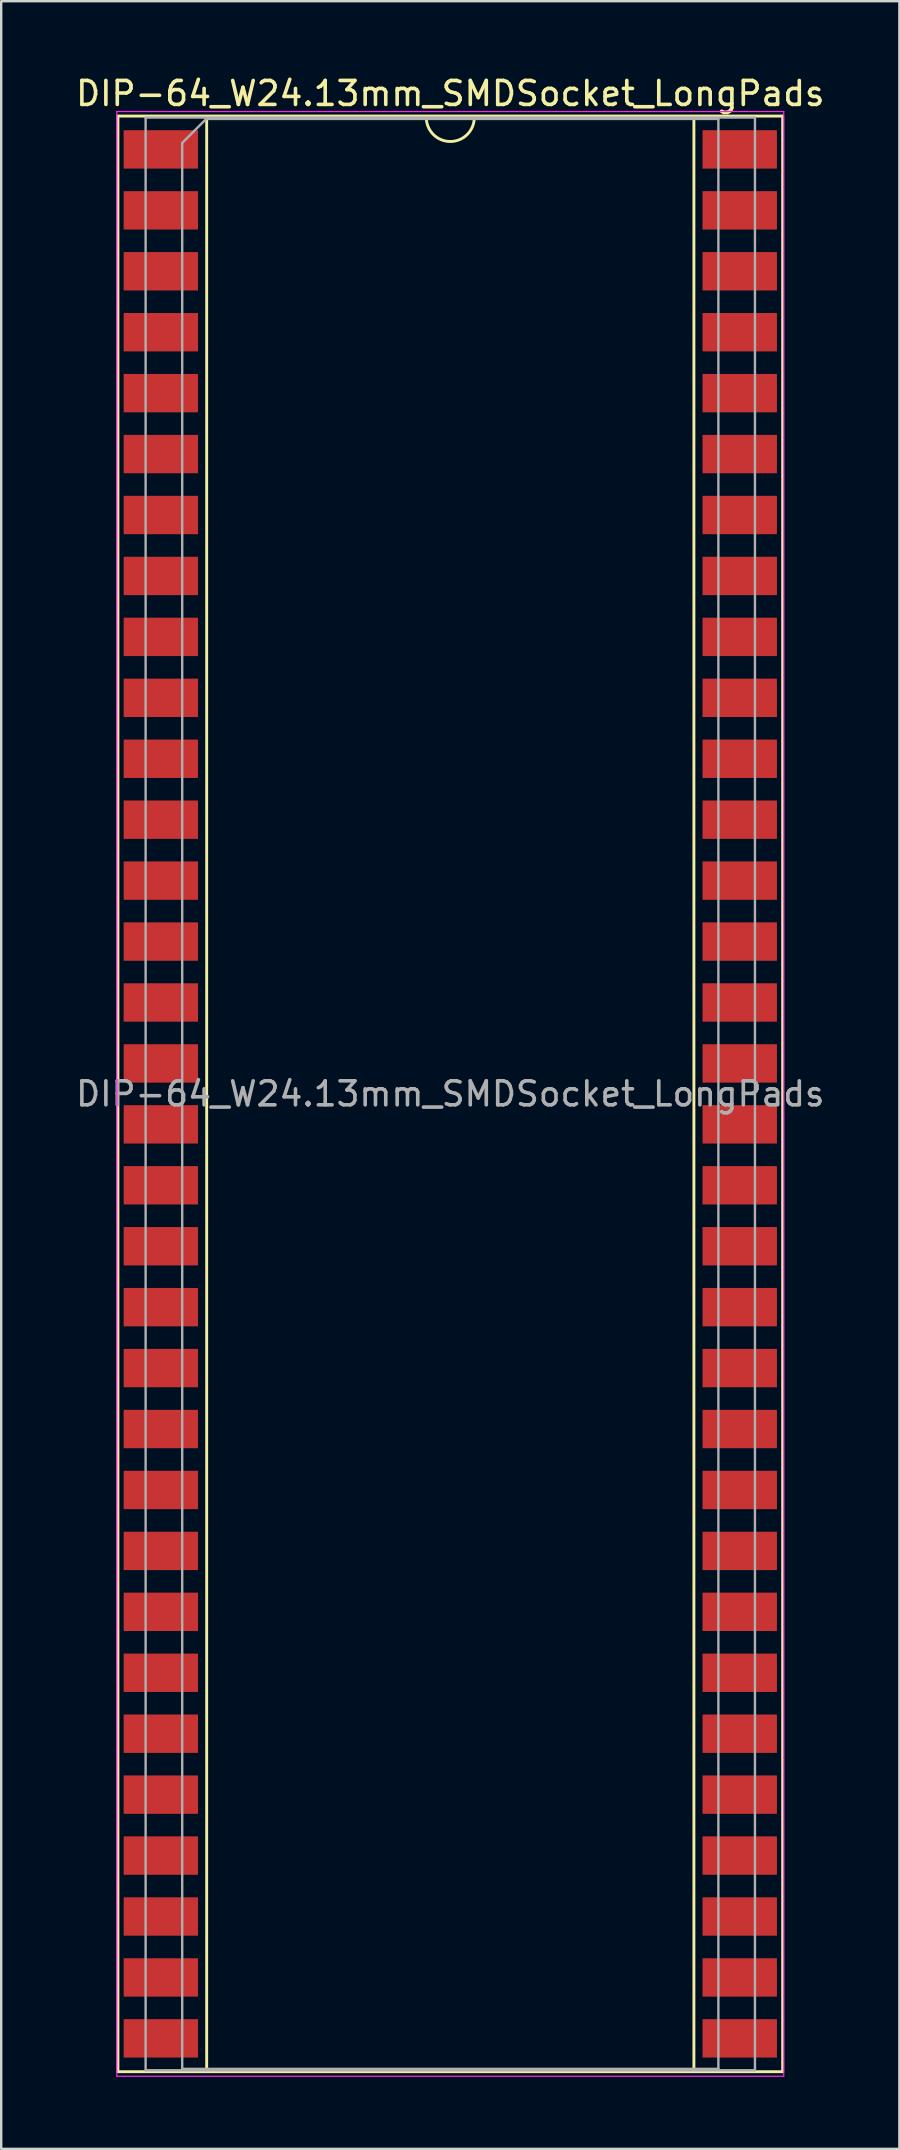
<source format=kicad_pcb>
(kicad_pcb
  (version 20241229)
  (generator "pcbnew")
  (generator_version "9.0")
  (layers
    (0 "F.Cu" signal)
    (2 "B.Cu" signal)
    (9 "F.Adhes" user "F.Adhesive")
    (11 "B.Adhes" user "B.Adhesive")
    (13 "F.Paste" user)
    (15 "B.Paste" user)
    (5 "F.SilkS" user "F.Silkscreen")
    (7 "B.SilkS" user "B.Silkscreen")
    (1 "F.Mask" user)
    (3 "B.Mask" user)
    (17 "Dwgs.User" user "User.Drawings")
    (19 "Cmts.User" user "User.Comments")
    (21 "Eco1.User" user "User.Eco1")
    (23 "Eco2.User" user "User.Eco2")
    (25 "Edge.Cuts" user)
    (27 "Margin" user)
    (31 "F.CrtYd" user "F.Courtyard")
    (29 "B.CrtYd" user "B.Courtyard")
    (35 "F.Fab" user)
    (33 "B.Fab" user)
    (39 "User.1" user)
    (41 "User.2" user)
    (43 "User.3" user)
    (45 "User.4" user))
  (footprint "DIP-64_W24.13mm_SMDSocket_LongPads"
    (layer "F.Cu")
    (at 15.72 42.548)
    (property "Reference" "DIP-64_W24.13mm_SMDSocket_LongPads" (at 0 -41.7 0) (layer "F.SilkS") (effects (font (size 1 1) (thickness 0.15))))
    (attr smd)
    (fp_line (start -13.855 -40.76) (end -13.855 40.76) (stroke (width 0.12) (type solid)) (layer "F.SilkS"))
    (fp_line (start -13.855 40.76) (end 13.855 40.76) (stroke (width 0.12) (type solid)) (layer "F.SilkS"))
    (fp_line (start -10.155 -40.7) (end -10.155 40.7) (stroke (width 0.12) (type solid)) (layer "F.SilkS"))
    (fp_line (start -10.155 40.7) (end 10.155 40.7) (stroke (width 0.12) (type solid)) (layer "F.SilkS"))
    (fp_line (start -1 -40.7) (end -10.155 -40.7) (stroke (width 0.12) (type solid)) (layer "F.SilkS"))
    (fp_line (start 10.155 -40.7) (end 1 -40.7) (stroke (width 0.12) (type solid)) (layer "F.SilkS"))
    (fp_line (start 10.155 40.7) (end 10.155 -40.7) (stroke (width 0.12) (type solid)) (layer "F.SilkS"))
    (fp_line (start 13.855 -40.76) (end -13.855 -40.76) (stroke (width 0.12) (type solid)) (layer "F.SilkS"))
    (fp_line (start 13.855 40.76) (end 13.855 -40.76) (stroke (width 0.12) (type solid)) (layer "F.SilkS"))
    (fp_arc (start 1 -40.7) (mid 0 -39.7) (end -1 -40.7) (stroke (width 0.12) (type solid)) (layer "F.SilkS"))
    (fp_line (start -13.9 -40.95) (end -13.9 40.95) (stroke (width 0.05) (type solid)) (layer "F.CrtYd"))
    (fp_line (start -13.9 40.95) (end 13.9 40.95) (stroke (width 0.05) (type solid)) (layer "F.CrtYd"))
    (fp_line (start 13.9 -40.95) (end -13.9 -40.95) (stroke (width 0.05) (type solid)) (layer "F.CrtYd"))
    (fp_line (start 13.9 40.95) (end 13.9 -40.95) (stroke (width 0.05) (type solid)) (layer "F.CrtYd"))
    (fp_line (start -12.7 -40.7) (end -12.7 40.7) (stroke (width 0.1) (type solid)) (layer "F.Fab"))
    (fp_line (start -12.7 40.7) (end 12.7 40.7) (stroke (width 0.1) (type solid)) (layer "F.Fab"))
    (fp_line (start -11.175 -39.64) (end -10.175 -40.64) (stroke (width 0.1) (type solid)) (layer "F.Fab"))
    (fp_line (start -11.175 40.64) (end -11.175 -39.64) (stroke (width 0.1) (type solid)) (layer "F.Fab"))
    (fp_line (start -10.175 -40.64) (end 11.175 -40.64) (stroke (width 0.1) (type solid)) (layer "F.Fab"))
    (fp_line (start 11.175 -40.64) (end 11.175 40.64) (stroke (width 0.1) (type solid)) (layer "F.Fab"))
    (fp_line (start 11.175 40.64) (end -11.175 40.64) (stroke (width 0.1) (type solid)) (layer "F.Fab"))
    (fp_line (start 12.7 -40.7) (end -12.7 -40.7) (stroke (width 0.1) (type solid)) (layer "F.Fab"))
    (fp_line (start 12.7 40.7) (end 12.7 -40.7) (stroke (width 0.1) (type solid)) (layer "F.Fab"))
    (fp_text user "${REFERENCE}" (at 0 0 0) (layer "F.Fab") (effects (font (size 1 1) (thickness 0.15))))
    (pad "1" smd rect (at -12.065 -39.37) (size 3.1 1.6) (layers "F.Cu" "F.Mask" "F.Paste"))
    (pad "2" smd rect (at -12.065 -36.83) (size 3.1 1.6) (layers "F.Cu" "F.Mask" "F.Paste"))
    (pad "3" smd rect (at -12.065 -34.29) (size 3.1 1.6) (layers "F.Cu" "F.Mask" "F.Paste"))
    (pad "4" smd rect (at -12.065 -31.75) (size 3.1 1.6) (layers "F.Cu" "F.Mask" "F.Paste"))
    (pad "5" smd rect (at -12.065 -29.21) (size 3.1 1.6) (layers "F.Cu" "F.Mask" "F.Paste"))
    (pad "6" smd rect (at -12.065 -26.67) (size 3.1 1.6) (layers "F.Cu" "F.Mask" "F.Paste"))
    (pad "7" smd rect (at -12.065 -24.13) (size 3.1 1.6) (layers "F.Cu" "F.Mask" "F.Paste"))
    (pad "8" smd rect (at -12.065 -21.59) (size 3.1 1.6) (layers "F.Cu" "F.Mask" "F.Paste"))
    (pad "9" smd rect (at -12.065 -19.05) (size 3.1 1.6) (layers "F.Cu" "F.Mask" "F.Paste"))
    (pad "10" smd rect (at -12.065 -16.51) (size 3.1 1.6) (layers "F.Cu" "F.Mask" "F.Paste"))
    (pad "11" smd rect (at -12.065 -13.97) (size 3.1 1.6) (layers "F.Cu" "F.Mask" "F.Paste"))
    (pad "12" smd rect (at -12.065 -11.43) (size 3.1 1.6) (layers "F.Cu" "F.Mask" "F.Paste"))
    (pad "13" smd rect (at -12.065 -8.89) (size 3.1 1.6) (layers "F.Cu" "F.Mask" "F.Paste"))
    (pad "14" smd rect (at -12.065 -6.35) (size 3.1 1.6) (layers "F.Cu" "F.Mask" "F.Paste"))
    (pad "15" smd rect (at -12.065 -3.81) (size 3.1 1.6) (layers "F.Cu" "F.Mask" "F.Paste"))
    (pad "16" smd rect (at -12.065 -1.27) (size 3.1 1.6) (layers "F.Cu" "F.Mask" "F.Paste"))
    (pad "17" smd rect (at -12.065 1.27) (size 3.1 1.6) (layers "F.Cu" "F.Mask" "F.Paste"))
    (pad "18" smd rect (at -12.065 3.81) (size 3.1 1.6) (layers "F.Cu" "F.Mask" "F.Paste"))
    (pad "19" smd rect (at -12.065 6.35) (size 3.1 1.6) (layers "F.Cu" "F.Mask" "F.Paste"))
    (pad "20" smd rect (at -12.065 8.89) (size 3.1 1.6) (layers "F.Cu" "F.Mask" "F.Paste"))
    (pad "21" smd rect (at -12.065 11.43) (size 3.1 1.6) (layers "F.Cu" "F.Mask" "F.Paste"))
    (pad "22" smd rect (at -12.065 13.97) (size 3.1 1.6) (layers "F.Cu" "F.Mask" "F.Paste"))
    (pad "23" smd rect (at -12.065 16.51) (size 3.1 1.6) (layers "F.Cu" "F.Mask" "F.Paste"))
    (pad "24" smd rect (at -12.065 19.05) (size 3.1 1.6) (layers "F.Cu" "F.Mask" "F.Paste"))
    (pad "25" smd rect (at -12.065 21.59) (size 3.1 1.6) (layers "F.Cu" "F.Mask" "F.Paste"))
    (pad "26" smd rect (at -12.065 24.13) (size 3.1 1.6) (layers "F.Cu" "F.Mask" "F.Paste"))
    (pad "27" smd rect (at -12.065 26.67) (size 3.1 1.6) (layers "F.Cu" "F.Mask" "F.Paste"))
    (pad "28" smd rect (at -12.065 29.21) (size 3.1 1.6) (layers "F.Cu" "F.Mask" "F.Paste"))
    (pad "29" smd rect (at -12.065 31.75) (size 3.1 1.6) (layers "F.Cu" "F.Mask" "F.Paste"))
    (pad "30" smd rect (at -12.065 34.29) (size 3.1 1.6) (layers "F.Cu" "F.Mask" "F.Paste"))
    (pad "31" smd rect (at -12.065 36.83) (size 3.1 1.6) (layers "F.Cu" "F.Mask" "F.Paste"))
    (pad "32" smd rect (at -12.065 39.37) (size 3.1 1.6) (layers "F.Cu" "F.Mask" "F.Paste"))
    (pad "33" smd rect (at 12.065 39.37) (size 3.1 1.6) (layers "F.Cu" "F.Mask" "F.Paste"))
    (pad "34" smd rect (at 12.065 36.83) (size 3.1 1.6) (layers "F.Cu" "F.Mask" "F.Paste"))
    (pad "35" smd rect (at 12.065 34.29) (size 3.1 1.6) (layers "F.Cu" "F.Mask" "F.Paste"))
    (pad "36" smd rect (at 12.065 31.75) (size 3.1 1.6) (layers "F.Cu" "F.Mask" "F.Paste"))
    (pad "37" smd rect (at 12.065 29.21) (size 3.1 1.6) (layers "F.Cu" "F.Mask" "F.Paste"))
    (pad "38" smd rect (at 12.065 26.67) (size 3.1 1.6) (layers "F.Cu" "F.Mask" "F.Paste"))
    (pad "39" smd rect (at 12.065 24.13) (size 3.1 1.6) (layers "F.Cu" "F.Mask" "F.Paste"))
    (pad "40" smd rect (at 12.065 21.59) (size 3.1 1.6) (layers "F.Cu" "F.Mask" "F.Paste"))
    (pad "41" smd rect (at 12.065 19.05) (size 3.1 1.6) (layers "F.Cu" "F.Mask" "F.Paste"))
    (pad "42" smd rect (at 12.065 16.51) (size 3.1 1.6) (layers "F.Cu" "F.Mask" "F.Paste"))
    (pad "43" smd rect (at 12.065 13.97) (size 3.1 1.6) (layers "F.Cu" "F.Mask" "F.Paste"))
    (pad "44" smd rect (at 12.065 11.43) (size 3.1 1.6) (layers "F.Cu" "F.Mask" "F.Paste"))
    (pad "45" smd rect (at 12.065 8.89) (size 3.1 1.6) (layers "F.Cu" "F.Mask" "F.Paste"))
    (pad "46" smd rect (at 12.065 6.35) (size 3.1 1.6) (layers "F.Cu" "F.Mask" "F.Paste"))
    (pad "47" smd rect (at 12.065 3.81) (size 3.1 1.6) (layers "F.Cu" "F.Mask" "F.Paste"))
    (pad "48" smd rect (at 12.065 1.27) (size 3.1 1.6) (layers "F.Cu" "F.Mask" "F.Paste"))
    (pad "49" smd rect (at 12.065 -1.27) (size 3.1 1.6) (layers "F.Cu" "F.Mask" "F.Paste"))
    (pad "50" smd rect (at 12.065 -3.81) (size 3.1 1.6) (layers "F.Cu" "F.Mask" "F.Paste"))
    (pad "51" smd rect (at 12.065 -6.35) (size 3.1 1.6) (layers "F.Cu" "F.Mask" "F.Paste"))
    (pad "52" smd rect (at 12.065 -8.89) (size 3.1 1.6) (layers "F.Cu" "F.Mask" "F.Paste"))
    (pad "53" smd rect (at 12.065 -11.43) (size 3.1 1.6) (layers "F.Cu" "F.Mask" "F.Paste"))
    (pad "54" smd rect (at 12.065 -13.97) (size 3.1 1.6) (layers "F.Cu" "F.Mask" "F.Paste"))
    (pad "55" smd rect (at 12.065 -16.51) (size 3.1 1.6) (layers "F.Cu" "F.Mask" "F.Paste"))
    (pad "56" smd rect (at 12.065 -19.05) (size 3.1 1.6) (layers "F.Cu" "F.Mask" "F.Paste"))
    (pad "57" smd rect (at 12.065 -21.59) (size 3.1 1.6) (layers "F.Cu" "F.Mask" "F.Paste"))
    (pad "58" smd rect (at 12.065 -24.13) (size 3.1 1.6) (layers "F.Cu" "F.Mask" "F.Paste"))
    (pad "59" smd rect (at 12.065 -26.67) (size 3.1 1.6) (layers "F.Cu" "F.Mask" "F.Paste"))
    (pad "60" smd rect (at 12.065 -29.21) (size 3.1 1.6) (layers "F.Cu" "F.Mask" "F.Paste"))
    (pad "61" smd rect (at 12.065 -31.75) (size 3.1 1.6) (layers "F.Cu" "F.Mask" "F.Paste"))
    (pad "62" smd rect (at 12.065 -34.29) (size 3.1 1.6) (layers "F.Cu" "F.Mask" "F.Paste"))
    (pad "63" smd rect (at 12.065 -36.83) (size 3.1 1.6) (layers "F.Cu" "F.Mask" "F.Paste"))
    (pad "64" smd rect (at 12.065 -39.37) (size 3.1 1.6) (layers "F.Cu" "F.Mask" "F.Paste")))
  (gr_rect
    (start -3 -3)
    (end 34.44 86.523)
    (stroke (width 0.1) (type default))
    (fill no)
    (layer "Edge.Cuts")))
</source>
